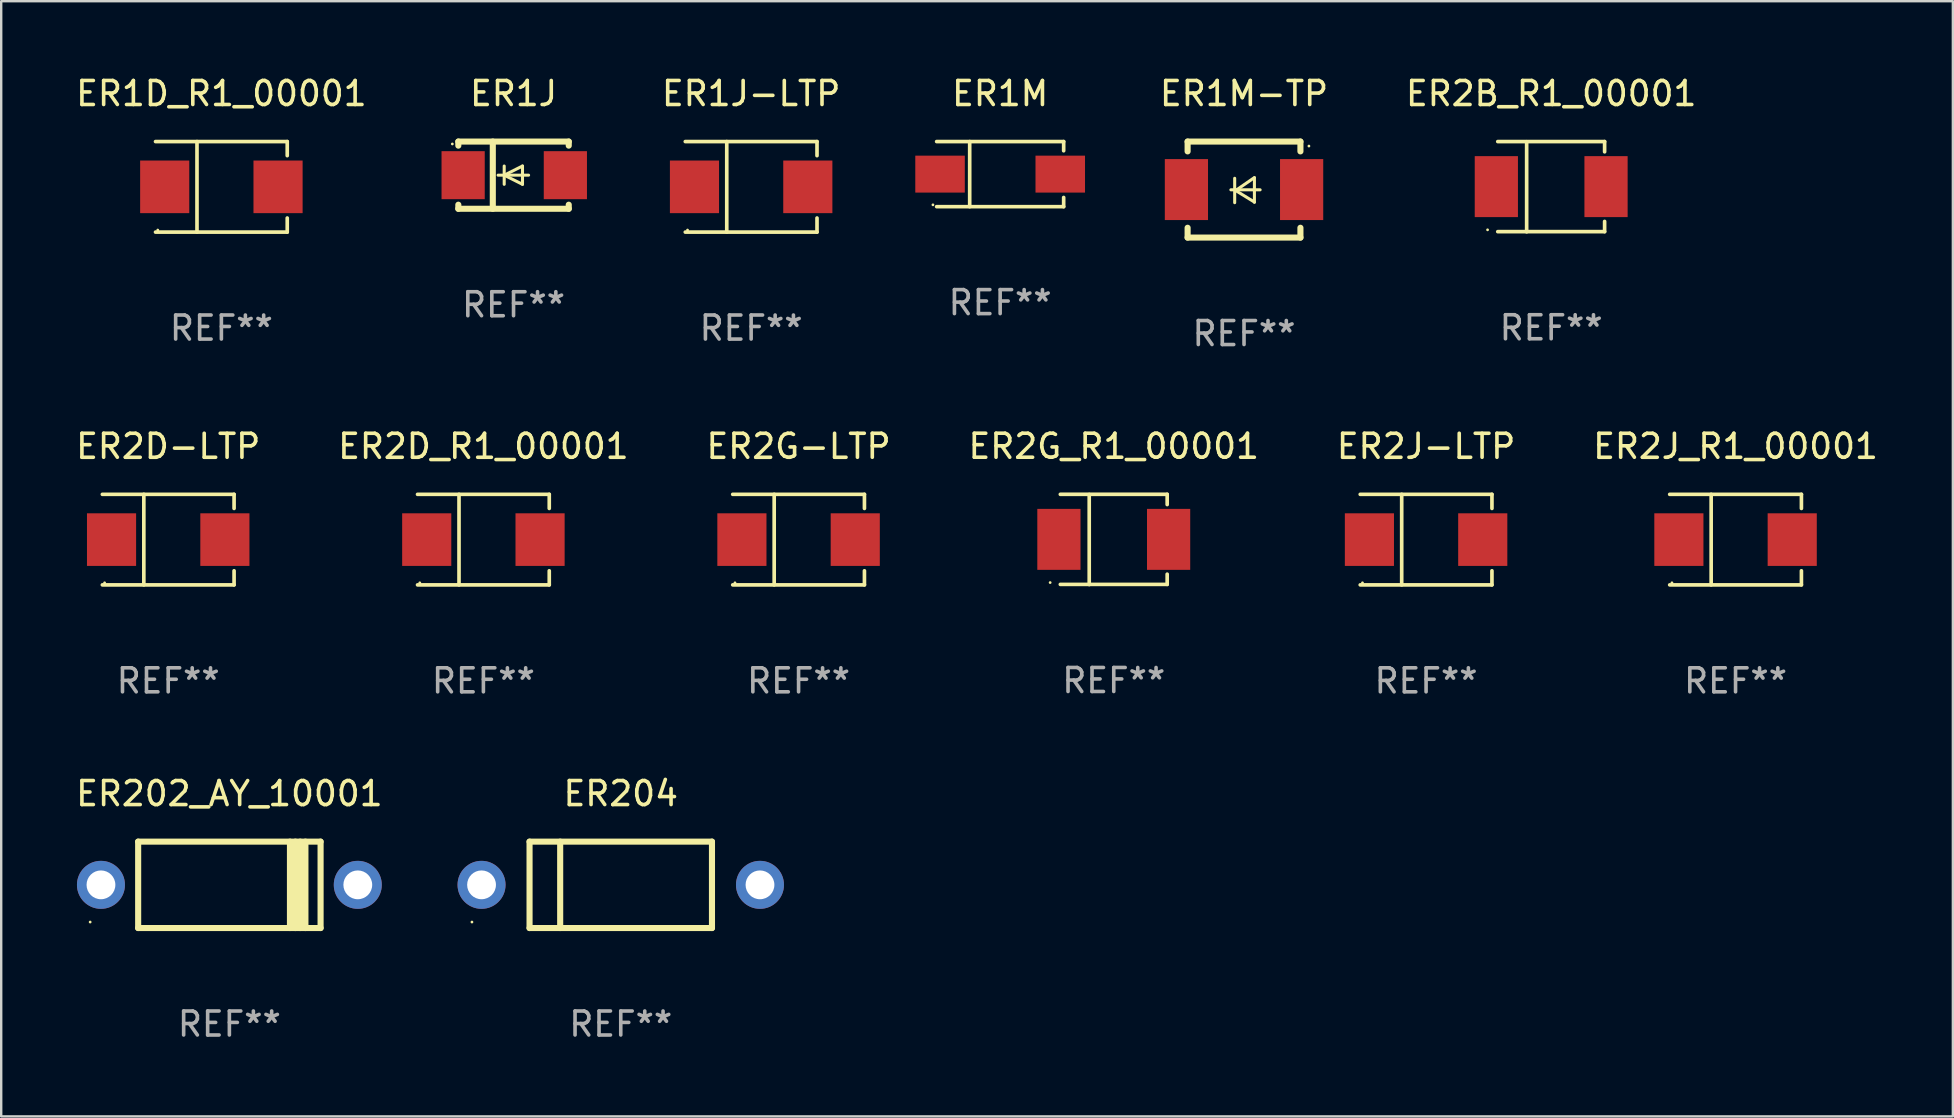
<source format=kicad_pcb>
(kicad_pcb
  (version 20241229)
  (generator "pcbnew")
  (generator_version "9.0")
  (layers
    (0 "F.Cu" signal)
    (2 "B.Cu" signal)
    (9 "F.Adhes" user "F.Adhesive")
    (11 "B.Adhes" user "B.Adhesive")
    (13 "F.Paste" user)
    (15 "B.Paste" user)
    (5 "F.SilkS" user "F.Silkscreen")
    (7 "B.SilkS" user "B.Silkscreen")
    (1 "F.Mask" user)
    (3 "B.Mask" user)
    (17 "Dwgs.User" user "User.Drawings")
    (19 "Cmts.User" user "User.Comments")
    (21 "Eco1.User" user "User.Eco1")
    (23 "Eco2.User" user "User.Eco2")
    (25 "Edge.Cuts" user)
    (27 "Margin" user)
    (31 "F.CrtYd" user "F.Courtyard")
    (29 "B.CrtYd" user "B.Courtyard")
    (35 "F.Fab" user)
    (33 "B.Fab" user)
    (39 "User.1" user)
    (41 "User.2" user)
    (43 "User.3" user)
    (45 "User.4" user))
  (footprint "ER1D_R1_00001"
    (layer "F.Cu")
    (at 6.173 4.734)
    (property "Reference" "ER1D_R1_00001" (at 0 -3.886 0) (layer "F.SilkS") (effects (font (size 1 1) (thickness 0.15))))
    (attr through_hole)
    (fp_line (start -2.744 -1.886) (end 2.744 -1.886) (stroke (width 0.152) (type solid)) (layer "F.SilkS"))
    (fp_line (start -2.744 1.886) (end 2.744 1.886) (stroke (width 0.152) (type solid)) (layer "F.SilkS"))
    (fp_line (start -1.016 -1.886) (end -1.016 1.886) (stroke (width 0.152) (type solid)) (layer "F.SilkS"))
    (fp_line (start 2.744 -1.886) (end 2.744 -1.299) (stroke (width 0.152) (type solid)) (layer "F.SilkS"))
    (fp_line (start 2.744 1.886) (end 2.744 1.299) (stroke (width 0.152) (type solid)) (layer "F.SilkS"))
    (fp_circle (center -2.65 1.8) (end -2.62 1.8) (stroke (width 0.06) (type solid)) (fill no) (layer "F.SilkS"))
    (fp_text user "REF**" (at 0 5.886 0) (layer "F.Fab") (effects (font (size 1 1) (thickness 0.15))))
    (pad "1" smd rect (at -2.361 0) (size 2.047 2.192) (layers "F.Cu" "F.Mask" "F.Paste"))
    (pad "2" smd rect (at 2.361 0) (size 2.047 2.192) (layers "F.Cu" "F.Mask" "F.Paste")))
  (footprint "ER1J-LTP"
    (layer "F.Cu")
    (at 28.244 4.734)
    (property "Reference" "ER1J-LTP" (at 0 -3.886 0) (layer "F.SilkS") (effects (font (size 1 1) (thickness 0.15))))
    (attr through_hole)
    (fp_line (start -2.744 -1.886) (end 2.744 -1.886) (stroke (width 0.152) (type solid)) (layer "F.SilkS"))
    (fp_line (start -2.744 1.886) (end 2.744 1.886) (stroke (width 0.152) (type solid)) (layer "F.SilkS"))
    (fp_line (start -1.016 -1.886) (end -1.016 1.886) (stroke (width 0.152) (type solid)) (layer "F.SilkS"))
    (fp_line (start 2.744 -1.886) (end 2.744 -1.299) (stroke (width 0.152) (type solid)) (layer "F.SilkS"))
    (fp_line (start 2.744 1.886) (end 2.744 1.299) (stroke (width 0.152) (type solid)) (layer "F.SilkS"))
    (fp_circle (center -2.65 1.8) (end -2.62 1.8) (stroke (width 0.06) (type solid)) (fill no) (layer "F.SilkS"))
    (fp_text user "REF**" (at 0 5.886 0) (layer "F.Fab") (effects (font (size 1 1) (thickness 0.15))))
    (pad "1" smd rect (at -2.361 0) (size 2.047 2.192) (layers "F.Cu" "F.Mask" "F.Paste"))
    (pad "2" smd rect (at 2.361 0) (size 2.047 2.192) (layers "F.Cu" "F.Mask" "F.Paste")))
  (footprint "ER1M-TP"
    (layer "F.Cu")
    (at 48.778 4.848)
    (property "Reference" "ER1M-TP" (at 0 -4 0) (layer "F.SilkS") (effects (font (size 1 1) (thickness 0.15))))
    (attr through_hole)
    (fp_line (start -2.35 -2) (end -2.35 -1.591) (stroke (width 0.254) (type solid)) (layer "F.SilkS"))
    (fp_line (start -2.35 -2) (end 2.35 -2) (stroke (width 0.254) (type solid)) (layer "F.SilkS"))
    (fp_line (start -2.35 1.591) (end -2.35 2) (stroke (width 0.254) (type solid)) (layer "F.SilkS"))
    (fp_line (start -2.35 2) (end 2.35 2) (stroke (width 0.254) (type solid)) (layer "F.SilkS"))
    (fp_line (start -0.548 0.01) (end 0.671 0.01) (stroke (width 0.127) (type solid)) (layer "F.SilkS"))
    (fp_line (start -0.389 -0.47) (end -0.389 0.546) (stroke (width 0.127) (type solid)) (layer "F.SilkS"))
    (fp_line (start -0.35 0.04) (end 0.433 0.52) (stroke (width 0.127) (type solid)) (layer "F.SilkS"))
    (fp_line (start 0.433 -0.5) (end -0.35 0.04) (stroke (width 0.127) (type solid)) (layer "F.SilkS"))
    (fp_line (start 0.433 0.53) (end 0.433 -0.486) (stroke (width 0.127) (type solid)) (layer "F.SilkS"))
    (fp_line (start 2.35 -2) (end 2.35 -1.591) (stroke (width 0.254) (type solid)) (layer "F.SilkS"))
    (fp_line (start 2.35 1.591) (end 2.35 2) (stroke (width 0.254) (type solid)) (layer "F.SilkS"))
    (fp_circle (center 2.704 -1.813) (end 2.734 -1.813) (stroke (width 0.06) (type solid)) (fill no) (layer "F.SilkS"))
    (fp_text user "REF**" (at 0 6 0) (layer "F.Fab") (effects (font (size 1 1) (thickness 0.15))))
    (pad "1" smd rect (at 2.4 0) (size 1.8 2.54) (layers "F.Cu" "F.Mask" "F.Paste"))
    (pad "2" smd rect (at -2.4 0) (size 1.8 2.54) (layers "F.Cu" "F.Mask" "F.Paste")))
  (footprint "ER2D_R1_00001"
    (layer "F.Cu")
    (at 17.089 19.431)
    (property "Reference" "ER2D_R1_00001" (at 0 -3.886 0) (layer "F.SilkS") (effects (font (size 1 1) (thickness 0.15))))
    (attr through_hole)
    (fp_line (start -2.744 -1.886) (end 2.744 -1.886) (stroke (width 0.152) (type solid)) (layer "F.SilkS"))
    (fp_line (start -2.744 1.886) (end 2.744 1.886) (stroke (width 0.152) (type solid)) (layer "F.SilkS"))
    (fp_line (start -1.016 -1.886) (end -1.016 1.886) (stroke (width 0.152) (type solid)) (layer "F.SilkS"))
    (fp_line (start 2.744 -1.886) (end 2.744 -1.299) (stroke (width 0.152) (type solid)) (layer "F.SilkS"))
    (fp_line (start 2.744 1.886) (end 2.744 1.299) (stroke (width 0.152) (type solid)) (layer "F.SilkS"))
    (fp_circle (center -2.65 1.8) (end -2.62 1.8) (stroke (width 0.06) (type solid)) (fill no) (layer "F.SilkS"))
    (fp_text user "REF**" (at 0 5.886 0) (layer "F.Fab") (effects (font (size 1 1) (thickness 0.15))))
    (pad "1" smd rect (at -2.361 0) (size 2.047 2.192) (layers "F.Cu" "F.Mask" "F.Paste"))
    (pad "2" smd rect (at 2.361 0) (size 2.047 2.192) (layers "F.Cu" "F.Mask" "F.Paste")))
  (footprint "ER2D-LTP"
    (layer "F.Cu")
    (at 3.958 19.431)
    (property "Reference" "ER2D-LTP" (at 0 -3.886 0) (layer "F.SilkS") (effects (font (size 1 1) (thickness 0.15))))
    (attr through_hole)
    (fp_line (start -2.744 -1.886) (end 2.744 -1.886) (stroke (width 0.152) (type solid)) (layer "F.SilkS"))
    (fp_line (start -2.744 1.886) (end 2.744 1.886) (stroke (width 0.152) (type solid)) (layer "F.SilkS"))
    (fp_line (start -1.016 -1.886) (end -1.016 1.886) (stroke (width 0.152) (type solid)) (layer "F.SilkS"))
    (fp_line (start 2.744 -1.886) (end 2.744 -1.299) (stroke (width 0.152) (type solid)) (layer "F.SilkS"))
    (fp_line (start 2.744 1.886) (end 2.744 1.299) (stroke (width 0.152) (type solid)) (layer "F.SilkS"))
    (fp_circle (center -2.65 1.8) (end -2.62 1.8) (stroke (width 0.06) (type solid)) (fill no) (layer "F.SilkS"))
    (fp_text user "REF**" (at 0 5.886 0) (layer "F.Fab") (effects (font (size 1 1) (thickness 0.15))))
    (pad "1" smd rect (at -2.361 0) (size 2.047 2.192) (layers "F.Cu" "F.Mask" "F.Paste"))
    (pad "2" smd rect (at 2.361 0) (size 2.047 2.192) (layers "F.Cu" "F.Mask" "F.Paste")))
  (footprint "ER204"
    (layer "F.Cu")
    (at 22.812 33.814)
    (property "Reference" "ER204" (at 0 -3.8 0) (layer "F.SilkS") (effects (font (size 1 1) (thickness 0.15))))
    (attr through_hole)
    (fp_line (start -3.8 -1.8) (end -3.8 1.8) (stroke (width 0.254) (type solid)) (layer "F.SilkS"))
    (fp_line (start -3.8 -1.8) (end 3.8 -1.8) (stroke (width 0.254) (type solid)) (layer "F.SilkS"))
    (fp_line (start -3.8 1.8) (end 3.8 1.8) (stroke (width 0.254) (type solid)) (layer "F.SilkS"))
    (fp_line (start -2.524 -1.8) (end -2.524 1.8) (stroke (width 0.254) (type solid)) (layer "F.SilkS"))
    (fp_line (start 3.8 -1.8) (end 3.8 1.8) (stroke (width 0.254) (type solid)) (layer "F.SilkS"))
    (fp_circle (center -6.2 1.55) (end -6.17 1.55) (stroke (width 0.06) (type solid)) (fill no) (layer "F.SilkS"))
    (fp_text user "REF**" (at 0 5.8 0) (layer "F.Fab") (effects (font (size 1 1) (thickness 0.15))))
    (pad "1" thru_hole circle (at -5.8 0) (size 2 2) (drill 1.2) (layers "*.Cu" "*.Mask"))
    (pad "2" thru_hole circle (at 5.8 0) (size 2 2) (drill 1.2) (layers "*.Cu" "*.Mask")))
  (footprint "ER2G-LTP"
    (layer "F.Cu")
    (at 30.22 19.431)
    (property "Reference" "ER2G-LTP" (at 0 -3.886 0) (layer "F.SilkS") (effects (font (size 1 1) (thickness 0.15))))
    (attr through_hole)
    (fp_line (start -2.744 -1.886) (end 2.744 -1.886) (stroke (width 0.152) (type solid)) (layer "F.SilkS"))
    (fp_line (start -2.744 1.886) (end 2.744 1.886) (stroke (width 0.152) (type solid)) (layer "F.SilkS"))
    (fp_line (start -1.016 -1.886) (end -1.016 1.886) (stroke (width 0.152) (type solid)) (layer "F.SilkS"))
    (fp_line (start 2.744 -1.886) (end 2.744 -1.299) (stroke (width 0.152) (type solid)) (layer "F.SilkS"))
    (fp_line (start 2.744 1.886) (end 2.744 1.299) (stroke (width 0.152) (type solid)) (layer "F.SilkS"))
    (fp_circle (center -2.65 1.8) (end -2.62 1.8) (stroke (width 0.06) (type solid)) (fill no) (layer "F.SilkS"))
    (fp_text user "REF**" (at 0 5.886 0) (layer "F.Fab") (effects (font (size 1 1) (thickness 0.15))))
    (pad "1" smd rect (at -2.361 0) (size 2.047 2.192) (layers "F.Cu" "F.Mask" "F.Paste"))
    (pad "2" smd rect (at 2.361 0) (size 2.047 2.192) (layers "F.Cu" "F.Mask" "F.Paste")))
  (footprint "ER202_AY_10001"
    (layer "F.Cu")
    (at 6.506 33.814)
    (property "Reference" "ER202_AY_10001" (at 0 -3.8 0) (layer "F.SilkS") (effects (font (size 1 1) (thickness 0.15))))
    (attr through_hole)
    (fp_line (start -3.8 1.8) (end -3.8 -1.8) (stroke (width 0.254) (type solid)) (layer "F.SilkS"))
    (fp_line (start 2.524 1.8) (end 2.524 -1.8) (stroke (width 0.254) (type solid)) (layer "F.SilkS"))
    (fp_line (start 2.75 1.8) (end 2.75 -1.8) (stroke (width 0.254) (type solid)) (layer "F.SilkS"))
    (fp_line (start 2.95 -1.8) (end 2.95 1.8) (stroke (width 0.254) (type solid)) (layer "F.SilkS"))
    (fp_line (start 3.168 -1.8) (end 3.168 1.8) (stroke (width 0.254) (type solid)) (layer "F.SilkS"))
    (fp_line (start 3.8 1.8) (end -3.8 1.8) (stroke (width 0.254) (type solid)) (layer "F.SilkS"))
    (fp_line (start 3.8 1.8) (end 3.8 -1.8) (stroke (width 0.254) (type solid)) (layer "F.SilkS"))
    (fp_line (start 3.8 -1.8) (end -3.8 -1.8) (stroke (width 0.254) (type solid)) (layer "F.SilkS"))
    (fp_circle (center -5.8 1.55) (end -5.77 1.55) (stroke (width 0.06) (type solid)) (fill no) (layer "F.SilkS"))
    (fp_text user "REF**" (at 0 5.8 0) (layer "F.Fab") (effects (font (size 1 1) (thickness 0.15))))
    (pad "1" thru_hole circle (at -5.35 0) (size 2 2) (drill 1.2) (layers "*.Cu" "*.Mask"))
    (pad "2" thru_hole circle (at 5.35 0) (size 2 2) (drill 1.2) (layers "*.Cu" "*.Mask")))
  (footprint "ER2J-LTP"
    (layer "F.Cu")
    (at 56.363 19.431)
    (property "Reference" "ER2J-LTP" (at 0 -3.886 0) (layer "F.SilkS") (effects (font (size 1 1) (thickness 0.15))))
    (attr through_hole)
    (fp_line (start -2.744 -1.886) (end 2.744 -1.886) (stroke (width 0.152) (type solid)) (layer "F.SilkS"))
    (fp_line (start -2.744 1.886) (end 2.744 1.886) (stroke (width 0.152) (type solid)) (layer "F.SilkS"))
    (fp_line (start -1.016 -1.886) (end -1.016 1.886) (stroke (width 0.152) (type solid)) (layer "F.SilkS"))
    (fp_line (start 2.744 -1.886) (end 2.744 -1.299) (stroke (width 0.152) (type solid)) (layer "F.SilkS"))
    (fp_line (start 2.744 1.886) (end 2.744 1.299) (stroke (width 0.152) (type solid)) (layer "F.SilkS"))
    (fp_circle (center -2.65 1.8) (end -2.62 1.8) (stroke (width 0.06) (type solid)) (fill no) (layer "F.SilkS"))
    (fp_text user "REF**" (at 0 5.886 0) (layer "F.Fab") (effects (font (size 1 1) (thickness 0.15))))
    (pad "1" smd rect (at -2.361 0) (size 2.047 2.192) (layers "F.Cu" "F.Mask" "F.Paste"))
    (pad "2" smd rect (at 2.361 0) (size 2.047 2.192) (layers "F.Cu" "F.Mask" "F.Paste")))
  (footprint "ER1J"
    (layer "F.Cu")
    (at 18.345 4.248)
    (property "Reference" "ER1J" (at 0 -3.4 0) (layer "F.SilkS") (effects (font (size 1 1) (thickness 0.15))))
    (attr through_hole)
    (fp_line (start -2.3 -1.4) (end -2.3 -1.231) (stroke (width 0.254) (type solid)) (layer "F.SilkS"))
    (fp_line (start -2.3 -1.4) (end 2.3 -1.4) (stroke (width 0.254) (type solid)) (layer "F.SilkS"))
    (fp_line (start -2.3 1.231) (end -2.3 1.4) (stroke (width 0.254) (type solid)) (layer "F.SilkS"))
    (fp_line (start -2.3 1.4) (end 2.3 1.4) (stroke (width 0.254) (type solid)) (layer "F.SilkS"))
    (fp_line (start -0.864 1.4) (end -0.864 -1.4) (stroke (width 0.254) (type solid)) (layer "F.SilkS"))
    (fp_line (start -0.389 0) (end -0.389 -0.381) (stroke (width 0.127) (type solid)) (layer "F.SilkS"))
    (fp_line (start -0.389 0) (end -0.389 0.381) (stroke (width 0.127) (type solid)) (layer "F.SilkS"))
    (fp_line (start 0.373 -0.381) (end -0.389 0) (stroke (width 0.127) (type solid)) (layer "F.SilkS"))
    (fp_line (start 0.373 0) (end 0.373 -0.381) (stroke (width 0.127) (type solid)) (layer "F.SilkS"))
    (fp_line (start 0.373 0) (end 0.373 0.381) (stroke (width 0.127) (type solid)) (layer "F.SilkS"))
    (fp_line (start 0.373 0.381) (end -0.389 0) (stroke (width 0.127) (type solid)) (layer "F.SilkS"))
    (fp_line (start 0.627 0) (end -0.643 0) (stroke (width 0.127) (type solid)) (layer "F.SilkS"))
    (fp_line (start 2.3 -1.4) (end 2.3 -1.231) (stroke (width 0.254) (type solid)) (layer "F.SilkS"))
    (fp_line (start 2.3 1.231) (end 2.3 1.4) (stroke (width 0.254) (type solid)) (layer "F.SilkS"))
    (fp_circle (center -2.55 -1.3) (end -2.52 -1.3) (stroke (width 0.06) (type solid)) (fill no) (layer "F.SilkS"))
    (fp_text user "REF**" (at 0 5.4 0) (layer "F.Fab") (effects (font (size 1 1) (thickness 0.15))))
    (pad "1" smd rect (at -2.1 0 180) (size 1.8 2) (layers "F.Cu" "F.Mask" "F.Paste"))
    (pad "2" smd rect (at 2.159 0 180) (size 1.8 2) (layers "F.Cu" "F.Mask" "F.Paste")))
  (footprint "ER1M"
    (layer "F.Cu")
    (at 38.618 4.204)
    (property "Reference" "ER1M" (at 0 -3.356 0) (layer "F.SilkS") (effects (font (size 1 1) (thickness 0.15))))
    (attr through_hole)
    (fp_line (start -2.646 -1.356) (end 2.646 -1.356) (stroke (width 0.152) (type solid)) (layer "F.SilkS"))
    (fp_line (start -2.646 1.356) (end 2.646 1.356) (stroke (width 0.152) (type solid)) (layer "F.SilkS"))
    (fp_line (start -1.269 -1.356) (end -1.269 1.356) (stroke (width 0.152) (type solid)) (layer "F.SilkS"))
    (fp_line (start 2.646 -1.356) (end 2.646 -0.973) (stroke (width 0.152) (type solid)) (layer "F.SilkS"))
    (fp_line (start 2.646 1.356) (end 2.646 0.973) (stroke (width 0.152) (type solid)) (layer "F.SilkS"))
    (fp_circle (center -2.8 1.28) (end -2.77 1.28) (stroke (width 0.06) (type solid)) (fill no) (layer "F.SilkS"))
    (fp_text user "REF**" (at 0 5.356 0) (layer "F.Fab") (effects (font (size 1 1) (thickness 0.15))))
    (pad "1" smd rect (at 2.504 0) (size 2.063 1.539) (layers "F.Cu" "F.Mask" "F.Paste"))
    (pad "2" smd rect (at -2.504 0) (size 2.063 1.539) (layers "F.Cu" "F.Mask" "F.Paste")))
  (footprint "ER2J_R1_00001"
    (layer "F.Cu")
    (at 69.256 19.431)
    (property "Reference" "ER2J_R1_00001" (at 0 -3.886 0) (layer "F.SilkS") (effects (font (size 1 1) (thickness 0.15))))
    (attr through_hole)
    (fp_line (start -2.744 -1.886) (end 2.744 -1.886) (stroke (width 0.152) (type solid)) (layer "F.SilkS"))
    (fp_line (start -2.744 1.886) (end 2.744 1.886) (stroke (width 0.152) (type solid)) (layer "F.SilkS"))
    (fp_line (start -1.016 -1.886) (end -1.016 1.886) (stroke (width 0.152) (type solid)) (layer "F.SilkS"))
    (fp_line (start 2.744 -1.886) (end 2.744 -1.299) (stroke (width 0.152) (type solid)) (layer "F.SilkS"))
    (fp_line (start 2.744 1.886) (end 2.744 1.299) (stroke (width 0.152) (type solid)) (layer "F.SilkS"))
    (fp_circle (center -2.65 1.8) (end -2.62 1.8) (stroke (width 0.06) (type solid)) (fill no) (layer "F.SilkS"))
    (fp_text user "REF**" (at 0 5.886 0) (layer "F.Fab") (effects (font (size 1 1) (thickness 0.15))))
    (pad "1" smd rect (at -2.361 0) (size 2.047 2.192) (layers "F.Cu" "F.Mask" "F.Paste"))
    (pad "2" smd rect (at 2.361 0) (size 2.047 2.192) (layers "F.Cu" "F.Mask" "F.Paste")))
  (footprint "ER2B_R1_00001"
    (layer "F.Cu")
    (at 61.575 4.728)
    (property "Reference" "ER2B_R1_00001" (at 0 -3.88 0) (layer "F.SilkS") (effects (font (size 1 1) (thickness 0.15))))
    (attr through_hole)
    (fp_line (start -2.226 -1.88) (end 2.226 -1.88) (stroke (width 0.152) (type solid)) (layer "F.SilkS"))
    (fp_line (start -2.226 1.873) (end 2.226 1.873) (stroke (width 0.152) (type solid)) (layer "F.SilkS"))
    (fp_line (start -1.022 -1.873) (end -1.022 1.88) (stroke (width 0.152) (type solid)) (layer "F.SilkS"))
    (fp_line (start 2.226 -1.88) (end 2.226 -1.453) (stroke (width 0.152) (type solid)) (layer "F.SilkS"))
    (fp_line (start 2.226 1.447) (end 2.226 1.873) (stroke (width 0.152) (type solid)) (layer "F.SilkS"))
    (fp_circle (center -2.65 1.797) (end -2.62 1.797) (stroke (width 0.06) (type solid)) (fill no) (layer "F.SilkS"))
    (fp_text user "REF**" (at 0 5.88 0) (layer "F.Fab") (effects (font (size 1 1) (thickness 0.15))))
    (pad "1" smd rect (at -2.285 -0.003) (size 1.8 2.54) (layers "F.Cu" "F.Mask" "F.Paste"))
    (pad "2" smd rect (at 2.285 -0.003) (size 1.8 2.54) (layers "F.Cu" "F.Mask" "F.Paste")))
  (footprint "ER2G_R1_00001"
    (layer "F.Cu")
    (at 43.351 19.424)
    (property "Reference" "ER2G_R1_00001" (at 0 -3.88 0) (layer "F.SilkS") (effects (font (size 1 1) (thickness 0.15))))
    (attr through_hole)
    (fp_line (start -2.226 -1.88) (end 2.226 -1.88) (stroke (width 0.152) (type solid)) (layer "F.SilkS"))
    (fp_line (start -2.226 1.873) (end 2.226 1.873) (stroke (width 0.152) (type solid)) (layer "F.SilkS"))
    (fp_line (start -1.022 -1.873) (end -1.022 1.88) (stroke (width 0.152) (type solid)) (layer "F.SilkS"))
    (fp_line (start 2.226 -1.88) (end 2.226 -1.453) (stroke (width 0.152) (type solid)) (layer "F.SilkS"))
    (fp_line (start 2.226 1.447) (end 2.226 1.873) (stroke (width 0.152) (type solid)) (layer "F.SilkS"))
    (fp_circle (center -2.65 1.797) (end -2.62 1.797) (stroke (width 0.06) (type solid)) (fill no) (layer "F.SilkS"))
    (fp_text user "REF**" (at 0 5.88 0) (layer "F.Fab") (effects (font (size 1 1) (thickness 0.15))))
    (pad "1" smd rect (at -2.285 -0.003) (size 1.8 2.54) (layers "F.Cu" "F.Mask" "F.Paste"))
    (pad "2" smd rect (at 2.285 -0.003) (size 1.8 2.54) (layers "F.Cu" "F.Mask" "F.Paste")))
  (gr_rect
    (start -3 -3)
    (end 78.31 43.462)
    (stroke (width 0.1) (type default))
    (fill no)
    (layer "Edge.Cuts")))
</source>
